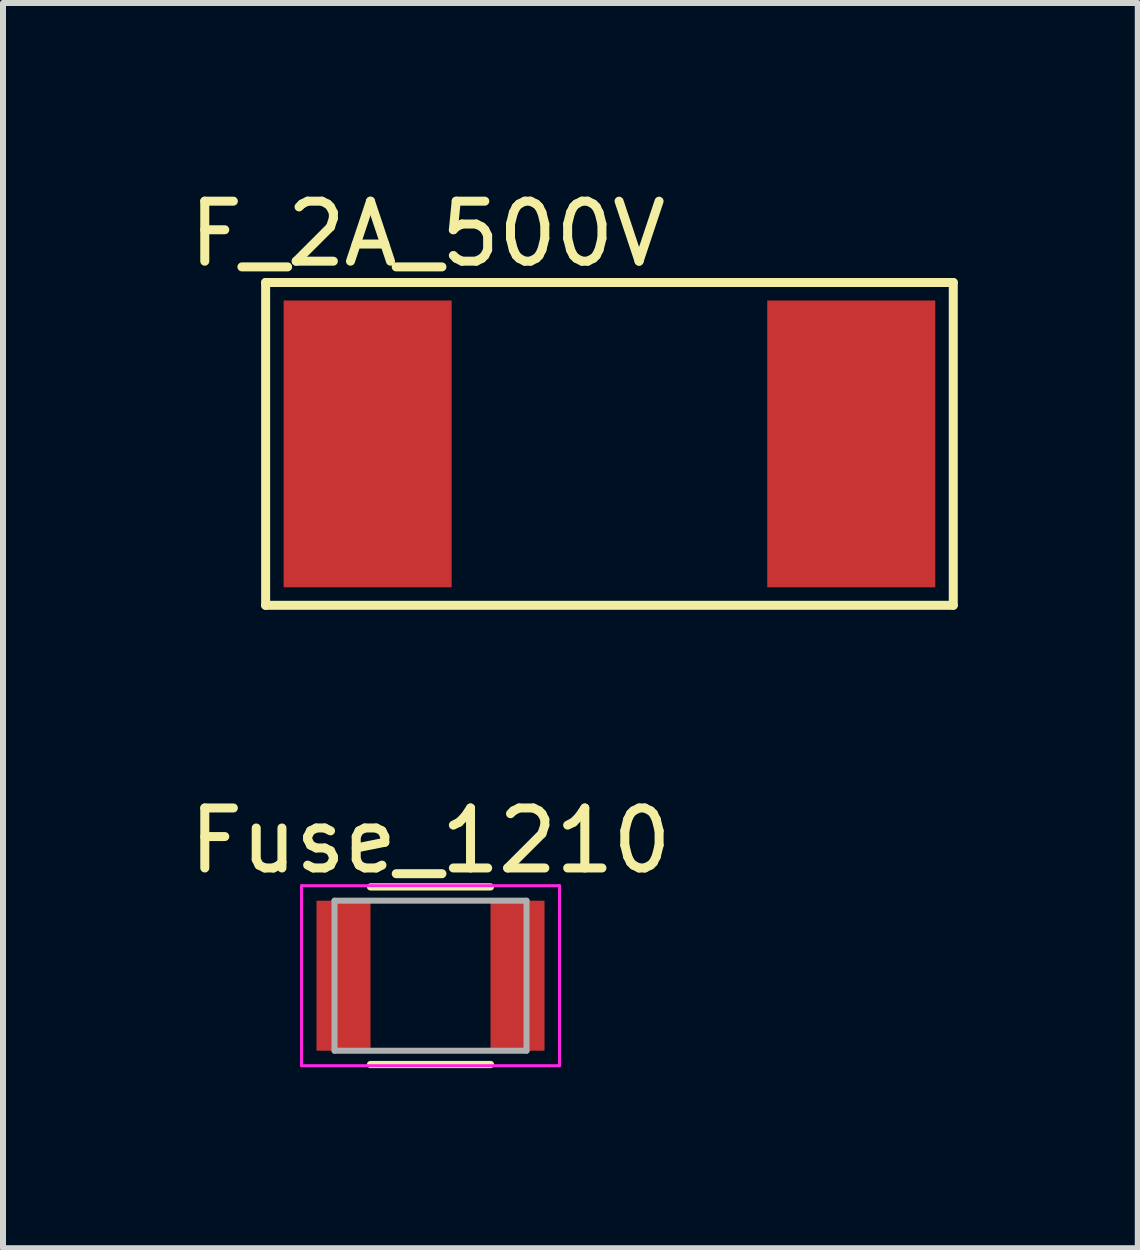
<source format=kicad_pcb>
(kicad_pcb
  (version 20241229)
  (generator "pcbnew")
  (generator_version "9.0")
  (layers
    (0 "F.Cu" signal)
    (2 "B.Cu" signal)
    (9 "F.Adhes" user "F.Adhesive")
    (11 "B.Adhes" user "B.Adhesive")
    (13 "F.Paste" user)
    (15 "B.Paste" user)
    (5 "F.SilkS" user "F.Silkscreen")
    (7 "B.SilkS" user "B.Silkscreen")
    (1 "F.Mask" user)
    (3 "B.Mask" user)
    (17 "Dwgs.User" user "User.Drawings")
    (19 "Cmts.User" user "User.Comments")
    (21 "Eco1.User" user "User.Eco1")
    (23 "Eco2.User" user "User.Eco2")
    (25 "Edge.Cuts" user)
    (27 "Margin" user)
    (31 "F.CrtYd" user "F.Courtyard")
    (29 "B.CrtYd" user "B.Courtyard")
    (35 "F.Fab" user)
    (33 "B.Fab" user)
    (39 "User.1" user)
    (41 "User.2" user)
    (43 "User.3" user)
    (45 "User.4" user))
  (footprint "F_2A_500V"
    (layer "F.Cu")
    (at 3.077 4.348)
    (property "Reference" "F_2A_500V" (at 1 -3.5 0) (layer "F.SilkS") (effects (font (size 1 1) (thickness 0.15))))
    (attr through_hole)
    (fp_line (start -1.7 -2.69) (end 9.76 -2.69) (stroke (width 0.15) (type solid)) (layer "F.SilkS"))
    (fp_line (start -1.7 2.69) (end -1.7 -2.69) (stroke (width 0.15) (type solid)) (layer "F.SilkS"))
    (fp_line (start 9.76 -2.69) (end 9.76 2.69) (stroke (width 0.15) (type solid)) (layer "F.SilkS"))
    (fp_line (start 9.76 2.69) (end -1.7 2.69) (stroke (width 0.15) (type solid)) (layer "F.SilkS"))
    (pad "1" smd rect (at 0 0) (size 2.8 4.78) (layers "F.Cu" "F.Mask" "F.Paste"))
    (pad "2" smd rect (at 8.06 0) (size 2.8 4.78) (layers "F.Cu" "F.Mask" "F.Paste")))
  (footprint "Fuse_1210"
    (layer "F.Cu")
    (at 4.125 13.211)
    (property "Reference" "Fuse_1210" (at 0 -2.25 0) (layer "F.SilkS") (effects (font (size 1 1) (thickness 0.15))))
    (attr smd)
    (fp_line (start -1 -1.48) (end 1 -1.48) (stroke (width 0.12) (type solid)) (layer "F.SilkS"))
    (fp_line (start 1 1.48) (end -1 1.48) (stroke (width 0.12) (type solid)) (layer "F.SilkS"))
    (fp_line (start -2.15 -1.5) (end -2.15 1.5) (stroke (width 0.05) (type solid)) (layer "F.CrtYd"))
    (fp_line (start -2.15 -1.5) (end 2.15 -1.5) (stroke (width 0.05) (type solid)) (layer "F.CrtYd"))
    (fp_line (start 2.15 1.5) (end -2.15 1.5) (stroke (width 0.05) (type solid)) (layer "F.CrtYd"))
    (fp_line (start 2.15 1.5) (end 2.15 -1.5) (stroke (width 0.05) (type solid)) (layer "F.CrtYd"))
    (fp_line (start -1.6 -1.25) (end 1.6 -1.25) (stroke (width 0.1) (type solid)) (layer "F.Fab"))
    (fp_line (start -1.6 1.25) (end -1.6 -1.25) (stroke (width 0.1) (type solid)) (layer "F.Fab"))
    (fp_line (start 1.6 -1.25) (end 1.6 1.25) (stroke (width 0.1) (type solid)) (layer "F.Fab"))
    (fp_line (start 1.6 1.25) (end -1.6 1.25) (stroke (width 0.1) (type solid)) (layer "F.Fab"))
    (pad "1" smd rect (at -1.45 0) (size 0.9 2.5) (layers "F.Cu" "F.Mask" "F.Paste"))
    (pad "2" smd rect (at 1.45 0) (size 0.9 2.5) (layers "F.Cu" "F.Mask" "F.Paste")))
  (gr_rect
    (start -3 -3)
    (end 15.912 17.752)
    (stroke (width 0.1) (type default))
    (fill no)
    (layer "Edge.Cuts")))
</source>
